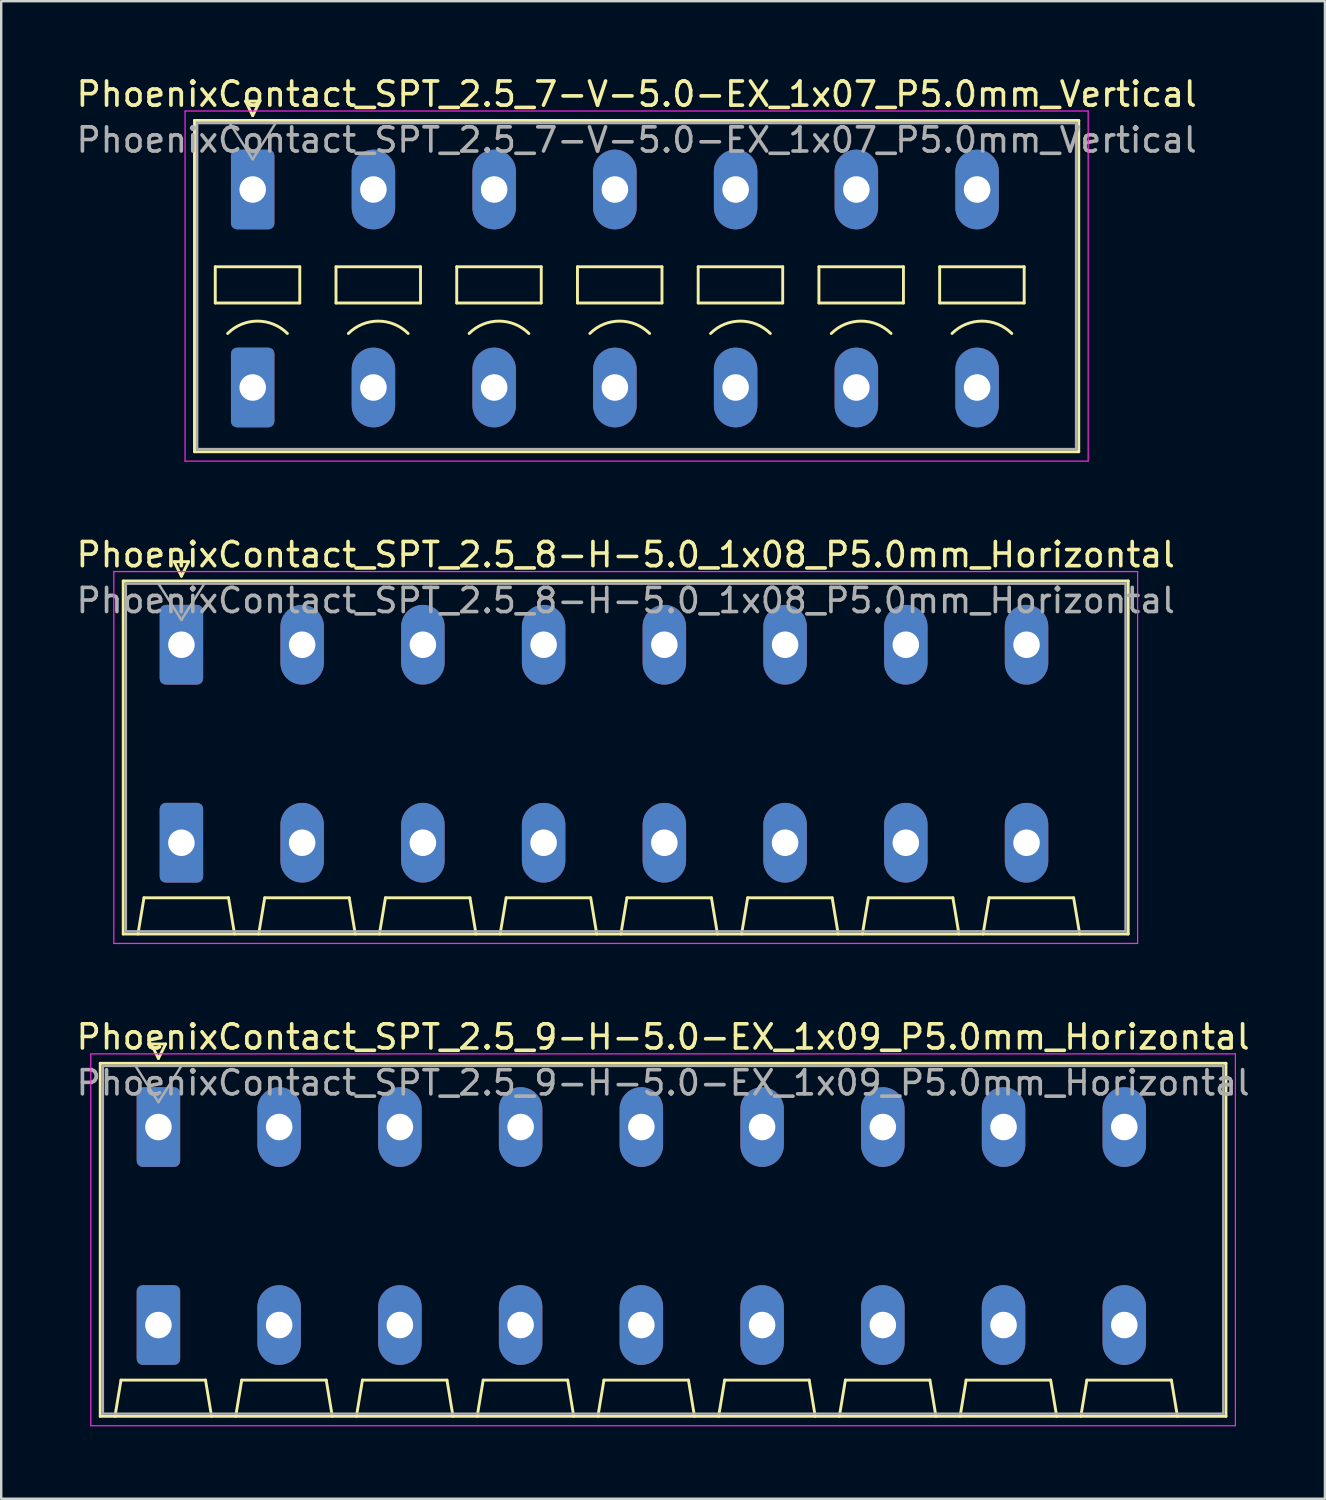
<source format=kicad_pcb>
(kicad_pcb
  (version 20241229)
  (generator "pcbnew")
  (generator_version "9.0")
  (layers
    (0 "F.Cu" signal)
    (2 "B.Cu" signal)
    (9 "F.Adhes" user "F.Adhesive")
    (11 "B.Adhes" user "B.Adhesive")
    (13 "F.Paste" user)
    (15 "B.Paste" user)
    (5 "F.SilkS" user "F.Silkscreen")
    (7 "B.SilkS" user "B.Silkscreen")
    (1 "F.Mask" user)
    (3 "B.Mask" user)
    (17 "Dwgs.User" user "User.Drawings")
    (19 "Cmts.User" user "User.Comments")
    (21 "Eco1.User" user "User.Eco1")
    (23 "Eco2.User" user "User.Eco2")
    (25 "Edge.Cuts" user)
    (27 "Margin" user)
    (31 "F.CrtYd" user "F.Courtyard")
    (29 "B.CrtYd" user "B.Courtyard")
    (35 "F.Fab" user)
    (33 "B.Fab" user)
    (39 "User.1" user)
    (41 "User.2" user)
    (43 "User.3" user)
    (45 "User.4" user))
  (footprint "PhoenixContact_SPT_2.5_7-V-5.0-EX_1x07_P5.0mm_Vertical"
    (layer "F.Cu")
    (at 7.415 4.798)
    (property "Reference" "PhoenixContact_SPT_2.5_7-V-5.0-EX_1x07_P5.0mm_Vertical" (at 15.9 -3.95 0) (layer "F.SilkS") (effects (font (size 1 1) (thickness 0.15))))
    (attr through_hole)
    (fp_line (start -2.41 -2.86) (end 34.21 -2.86) (stroke (width 0.12) (type solid)) (layer "F.SilkS"))
    (fp_line (start -2.41 10.86) (end -2.41 -2.86) (stroke (width 0.12) (type solid)) (layer "F.SilkS"))
    (fp_line (start -1.55 3.2) (end -1.55 4.7) (stroke (width 0.12) (type solid)) (layer "F.SilkS"))
    (fp_line (start -1.55 4.7) (end 1.95 4.7) (stroke (width 0.12) (type solid)) (layer "F.SilkS"))
    (fp_line (start -0.3 -3.66) (end 0 -3.06) (stroke (width 0.12) (type solid)) (layer "F.SilkS"))
    (fp_line (start -0.3 -3.66) (end 0.3 -3.66) (stroke (width 0.12) (type solid)) (layer "F.SilkS"))
    (fp_line (start 0.3 -3.66) (end 0 -3.06) (stroke (width 0.12) (type solid)) (layer "F.SilkS"))
    (fp_line (start 1.95 3.2) (end -1.55 3.2) (stroke (width 0.12) (type solid)) (layer "F.SilkS"))
    (fp_line (start 1.95 4.7) (end 1.95 3.2) (stroke (width 0.12) (type solid)) (layer "F.SilkS"))
    (fp_line (start 3.45 3.2) (end 3.45 4.7) (stroke (width 0.12) (type solid)) (layer "F.SilkS"))
    (fp_line (start 3.45 4.7) (end 6.95 4.7) (stroke (width 0.12) (type solid)) (layer "F.SilkS"))
    (fp_line (start 6.95 3.2) (end 3.45 3.2) (stroke (width 0.12) (type solid)) (layer "F.SilkS"))
    (fp_line (start 6.95 4.7) (end 6.95 3.2) (stroke (width 0.12) (type solid)) (layer "F.SilkS"))
    (fp_line (start 8.45 3.2) (end 8.45 4.7) (stroke (width 0.12) (type solid)) (layer "F.SilkS"))
    (fp_line (start 8.45 4.7) (end 11.95 4.7) (stroke (width 0.12) (type solid)) (layer "F.SilkS"))
    (fp_line (start 11.95 3.2) (end 8.45 3.2) (stroke (width 0.12) (type solid)) (layer "F.SilkS"))
    (fp_line (start 11.95 4.7) (end 11.95 3.2) (stroke (width 0.12) (type solid)) (layer "F.SilkS"))
    (fp_line (start 13.45 3.2) (end 13.45 4.7) (stroke (width 0.12) (type solid)) (layer "F.SilkS"))
    (fp_line (start 13.45 4.7) (end 16.95 4.7) (stroke (width 0.12) (type solid)) (layer "F.SilkS"))
    (fp_line (start 16.95 3.2) (end 13.45 3.2) (stroke (width 0.12) (type solid)) (layer "F.SilkS"))
    (fp_line (start 16.95 4.7) (end 16.95 3.2) (stroke (width 0.12) (type solid)) (layer "F.SilkS"))
    (fp_line (start 18.45 3.2) (end 18.45 4.7) (stroke (width 0.12) (type solid)) (layer "F.SilkS"))
    (fp_line (start 18.45 4.7) (end 21.95 4.7) (stroke (width 0.12) (type solid)) (layer "F.SilkS"))
    (fp_line (start 21.95 3.2) (end 18.45 3.2) (stroke (width 0.12) (type solid)) (layer "F.SilkS"))
    (fp_line (start 21.95 4.7) (end 21.95 3.2) (stroke (width 0.12) (type solid)) (layer "F.SilkS"))
    (fp_line (start 23.45 3.2) (end 23.45 4.7) (stroke (width 0.12) (type solid)) (layer "F.SilkS"))
    (fp_line (start 23.45 4.7) (end 26.95 4.7) (stroke (width 0.12) (type solid)) (layer "F.SilkS"))
    (fp_line (start 26.95 3.2) (end 23.45 3.2) (stroke (width 0.12) (type solid)) (layer "F.SilkS"))
    (fp_line (start 26.95 4.7) (end 26.95 3.2) (stroke (width 0.12) (type solid)) (layer "F.SilkS"))
    (fp_line (start 28.45 3.2) (end 28.45 4.7) (stroke (width 0.12) (type solid)) (layer "F.SilkS"))
    (fp_line (start 28.45 4.7) (end 31.95 4.7) (stroke (width 0.12) (type solid)) (layer "F.SilkS"))
    (fp_line (start 31.95 3.2) (end 28.45 3.2) (stroke (width 0.12) (type solid)) (layer "F.SilkS"))
    (fp_line (start 31.95 4.7) (end 31.95 3.2) (stroke (width 0.12) (type solid)) (layer "F.SilkS"))
    (fp_line (start 34.21 -2.86) (end 34.21 10.86) (stroke (width 0.12) (type solid)) (layer "F.SilkS"))
    (fp_line (start 34.21 10.86) (end -2.41 10.86) (stroke (width 0.12) (type solid)) (layer "F.SilkS"))
    (fp_arc (start -1.037437 5.962563) (mid 0.2 5.45) (end 1.437437 5.962563) (stroke (width 0.12) (type solid)) (layer "F.SilkS"))
    (fp_arc (start 3.962563 5.962563) (mid 5.2 5.45) (end 6.437437 5.962563) (stroke (width 0.12) (type solid)) (layer "F.SilkS"))
    (fp_arc (start 8.962563 5.962563) (mid 10.2 5.45) (end 11.437437 5.962563) (stroke (width 0.12) (type solid)) (layer "F.SilkS"))
    (fp_arc (start 13.962563 5.962563) (mid 15.2 5.45) (end 16.437437 5.962563) (stroke (width 0.12) (type solid)) (layer "F.SilkS"))
    (fp_arc (start 18.962563 5.962563) (mid 20.2 5.45) (end 21.437437 5.962563) (stroke (width 0.12) (type solid)) (layer "F.SilkS"))
    (fp_arc (start 23.962563 5.962563) (mid 25.2 5.45) (end 26.437437 5.962563) (stroke (width 0.12) (type solid)) (layer "F.SilkS"))
    (fp_arc (start 28.962563 5.962563) (mid 30.2 5.45) (end 31.437437 5.962563) (stroke (width 0.12) (type solid)) (layer "F.SilkS"))
    (fp_line (start -2.8 -3.25) (end -2.8 11.25) (stroke (width 0.05) (type solid)) (layer "F.CrtYd"))
    (fp_line (start -2.8 11.25) (end 34.6 11.25) (stroke (width 0.05) (type solid)) (layer "F.CrtYd"))
    (fp_line (start 34.6 -3.25) (end -2.8 -3.25) (stroke (width 0.05) (type solid)) (layer "F.CrtYd"))
    (fp_line (start 34.6 11.25) (end 34.6 -3.25) (stroke (width 0.05) (type solid)) (layer "F.CrtYd"))
    (fp_line (start -2.3 -2.75) (end -2.3 10.75) (stroke (width 0.1) (type solid)) (layer "F.Fab"))
    (fp_line (start -2.3 10.75) (end 34.1 10.75) (stroke (width 0.1) (type solid)) (layer "F.Fab"))
    (fp_line (start -0.95 -2.75) (end 0 -1.25) (stroke (width 0.1) (type solid)) (layer "F.Fab"))
    (fp_line (start 0.95 -2.75) (end 0 -1.25) (stroke (width 0.1) (type solid)) (layer "F.Fab"))
    (fp_line (start 34.1 -2.75) (end -2.3 -2.75) (stroke (width 0.1) (type solid)) (layer "F.Fab"))
    (fp_line (start 34.1 10.75) (end 34.1 -2.75) (stroke (width 0.1) (type solid)) (layer "F.Fab"))
    (fp_text user "${REFERENCE}" (at 15.9 -2.05 0) (layer "F.Fab") (effects (font (size 1 1) (thickness 0.15))))
    (pad "1" thru_hole roundrect (at 0 0) (size 1.8 3.3) (drill 1.1) (layers "*.Cu" "*.Mask") (roundrect_rratio 0.139))
    (pad "1" thru_hole roundrect (at 0 8.2) (size 1.8 3.3) (drill 1.1) (layers "*.Cu" "*.Mask") (roundrect_rratio 0.139))
    (pad "2" thru_hole oval (at 5 0) (size 1.8 3.3) (drill 1.1) (layers "*.Cu" "*.Mask"))
    (pad "2" thru_hole oval (at 5 8.2) (size 1.8 3.3) (drill 1.1) (layers "*.Cu" "*.Mask"))
    (pad "3" thru_hole oval (at 10 0) (size 1.8 3.3) (drill 1.1) (layers "*.Cu" "*.Mask"))
    (pad "3" thru_hole oval (at 10 8.2) (size 1.8 3.3) (drill 1.1) (layers "*.Cu" "*.Mask"))
    (pad "4" thru_hole oval (at 15 0) (size 1.8 3.3) (drill 1.1) (layers "*.Cu" "*.Mask"))
    (pad "4" thru_hole oval (at 15 8.2) (size 1.8 3.3) (drill 1.1) (layers "*.Cu" "*.Mask"))
    (pad "5" thru_hole oval (at 20 0) (size 1.8 3.3) (drill 1.1) (layers "*.Cu" "*.Mask"))
    (pad "5" thru_hole oval (at 20 8.2) (size 1.8 3.3) (drill 1.1) (layers "*.Cu" "*.Mask"))
    (pad "6" thru_hole oval (at 25 0) (size 1.8 3.3) (drill 1.1) (layers "*.Cu" "*.Mask"))
    (pad "6" thru_hole oval (at 25 8.2) (size 1.8 3.3) (drill 1.1) (layers "*.Cu" "*.Mask"))
    (pad "7" thru_hole oval (at 30 0) (size 1.8 3.3) (drill 1.1) (layers "*.Cu" "*.Mask"))
    (pad "7" thru_hole oval (at 30 8.2) (size 1.8 3.3) (drill 1.1) (layers "*.Cu" "*.Mask")))
  (footprint "PhoenixContact_SPT_2.5_8-H-5.0_1x08_P5.0mm_Horizontal"
    (layer "F.Cu")
    (at 4.463 23.651)
    (property "Reference" "PhoenixContact_SPT_2.5_8-H-5.0_1x08_P5.0mm_Horizontal" (at 18.4 -3.73 0) (layer "F.SilkS") (effects (font (size 1 1) (thickness 0.15))))
    (attr through_hole)
    (fp_line (start -2.41 -2.64) (end 39.21 -2.64) (stroke (width 0.12) (type solid)) (layer "F.SilkS"))
    (fp_line (start -2.41 11.98) (end -2.41 -2.64) (stroke (width 0.12) (type solid)) (layer "F.SilkS"))
    (fp_line (start -1.8 11.98) (end -1.55 10.48) (stroke (width 0.12) (type solid)) (layer "F.SilkS"))
    (fp_line (start -1.55 10.48) (end 1.95 10.48) (stroke (width 0.12) (type solid)) (layer "F.SilkS"))
    (fp_line (start -0.3 -3.44) (end 0 -2.84) (stroke (width 0.12) (type solid)) (layer "F.SilkS"))
    (fp_line (start -0.3 -3.44) (end 0.3 -3.44) (stroke (width 0.12) (type solid)) (layer "F.SilkS"))
    (fp_line (start 0.3 -3.44) (end 0 -2.84) (stroke (width 0.12) (type solid)) (layer "F.SilkS"))
    (fp_line (start 2.2 11.98) (end 1.95 10.48) (stroke (width 0.12) (type solid)) (layer "F.SilkS"))
    (fp_line (start 3.2 11.98) (end 3.45 10.48) (stroke (width 0.12) (type solid)) (layer "F.SilkS"))
    (fp_line (start 3.45 10.48) (end 6.95 10.48) (stroke (width 0.12) (type solid)) (layer "F.SilkS"))
    (fp_line (start 7.2 11.98) (end 6.95 10.48) (stroke (width 0.12) (type solid)) (layer "F.SilkS"))
    (fp_line (start 8.2 11.98) (end 8.45 10.48) (stroke (width 0.12) (type solid)) (layer "F.SilkS"))
    (fp_line (start 8.45 10.48) (end 11.95 10.48) (stroke (width 0.12) (type solid)) (layer "F.SilkS"))
    (fp_line (start 12.2 11.98) (end 11.95 10.48) (stroke (width 0.12) (type solid)) (layer "F.SilkS"))
    (fp_line (start 13.2 11.98) (end 13.45 10.48) (stroke (width 0.12) (type solid)) (layer "F.SilkS"))
    (fp_line (start 13.45 10.48) (end 16.95 10.48) (stroke (width 0.12) (type solid)) (layer "F.SilkS"))
    (fp_line (start 17.2 11.98) (end 16.95 10.48) (stroke (width 0.12) (type solid)) (layer "F.SilkS"))
    (fp_line (start 18.2 11.98) (end 18.45 10.48) (stroke (width 0.12) (type solid)) (layer "F.SilkS"))
    (fp_line (start 18.45 10.48) (end 21.95 10.48) (stroke (width 0.12) (type solid)) (layer "F.SilkS"))
    (fp_line (start 22.2 11.98) (end 21.95 10.48) (stroke (width 0.12) (type solid)) (layer "F.SilkS"))
    (fp_line (start 23.2 11.98) (end 23.45 10.48) (stroke (width 0.12) (type solid)) (layer "F.SilkS"))
    (fp_line (start 23.45 10.48) (end 26.95 10.48) (stroke (width 0.12) (type solid)) (layer "F.SilkS"))
    (fp_line (start 27.2 11.98) (end 26.95 10.48) (stroke (width 0.12) (type solid)) (layer "F.SilkS"))
    (fp_line (start 28.2 11.98) (end 28.45 10.48) (stroke (width 0.12) (type solid)) (layer "F.SilkS"))
    (fp_line (start 28.45 10.48) (end 31.95 10.48) (stroke (width 0.12) (type solid)) (layer "F.SilkS"))
    (fp_line (start 32.2 11.98) (end 31.95 10.48) (stroke (width 0.12) (type solid)) (layer "F.SilkS"))
    (fp_line (start 33.2 11.98) (end 33.45 10.48) (stroke (width 0.12) (type solid)) (layer "F.SilkS"))
    (fp_line (start 33.45 10.48) (end 36.95 10.48) (stroke (width 0.12) (type solid)) (layer "F.SilkS"))
    (fp_line (start 37.2 11.98) (end 36.95 10.48) (stroke (width 0.12) (type solid)) (layer "F.SilkS"))
    (fp_line (start 39.21 -2.64) (end 39.21 11.98) (stroke (width 0.12) (type solid)) (layer "F.SilkS"))
    (fp_line (start 39.21 11.98) (end -2.41 11.98) (stroke (width 0.12) (type solid)) (layer "F.SilkS"))
    (fp_line (start -2.8 -3.03) (end -2.8 12.37) (stroke (width 0.05) (type solid)) (layer "F.CrtYd"))
    (fp_line (start -2.8 12.37) (end 39.6 12.37) (stroke (width 0.05) (type solid)) (layer "F.CrtYd"))
    (fp_line (start 39.6 -3.03) (end -2.8 -3.03) (stroke (width 0.05) (type solid)) (layer "F.CrtYd"))
    (fp_line (start 39.6 12.37) (end 39.6 -3.03) (stroke (width 0.05) (type solid)) (layer "F.CrtYd"))
    (fp_line (start -2.3 -2.53) (end -2.3 11.87) (stroke (width 0.1) (type solid)) (layer "F.Fab"))
    (fp_line (start -2.3 11.87) (end 39.1 11.87) (stroke (width 0.1) (type solid)) (layer "F.Fab"))
    (fp_line (start -0.95 -2.53) (end 0 -1.03) (stroke (width 0.1) (type solid)) (layer "F.Fab"))
    (fp_line (start 0.95 -2.53) (end 0 -1.03) (stroke (width 0.1) (type solid)) (layer "F.Fab"))
    (fp_line (start 39.1 -2.53) (end -2.3 -2.53) (stroke (width 0.1) (type solid)) (layer "F.Fab"))
    (fp_line (start 39.1 11.87) (end 39.1 -2.53) (stroke (width 0.1) (type solid)) (layer "F.Fab"))
    (fp_text user "${REFERENCE}" (at 18.4 -1.83 0) (layer "F.Fab") (effects (font (size 1 1) (thickness 0.15))))
    (pad "1" thru_hole roundrect (at 0 0) (size 1.8 3.3) (drill 1.1) (layers "*.Cu" "*.Mask") (roundrect_rratio 0.139))
    (pad "1" thru_hole roundrect (at 0 8.2) (size 1.8 3.3) (drill 1.1) (layers "*.Cu" "*.Mask") (roundrect_rratio 0.139))
    (pad "2" thru_hole oval (at 5 0) (size 1.8 3.3) (drill 1.1) (layers "*.Cu" "*.Mask"))
    (pad "2" thru_hole oval (at 5 8.2) (size 1.8 3.3) (drill 1.1) (layers "*.Cu" "*.Mask"))
    (pad "3" thru_hole oval (at 10 0) (size 1.8 3.3) (drill 1.1) (layers "*.Cu" "*.Mask"))
    (pad "3" thru_hole oval (at 10 8.2) (size 1.8 3.3) (drill 1.1) (layers "*.Cu" "*.Mask"))
    (pad "4" thru_hole oval (at 15 0) (size 1.8 3.3) (drill 1.1) (layers "*.Cu" "*.Mask"))
    (pad "4" thru_hole oval (at 15 8.2) (size 1.8 3.3) (drill 1.1) (layers "*.Cu" "*.Mask"))
    (pad "5" thru_hole oval (at 20 0) (size 1.8 3.3) (drill 1.1) (layers "*.Cu" "*.Mask"))
    (pad "5" thru_hole oval (at 20 8.2) (size 1.8 3.3) (drill 1.1) (layers "*.Cu" "*.Mask"))
    (pad "6" thru_hole oval (at 25 0) (size 1.8 3.3) (drill 1.1) (layers "*.Cu" "*.Mask"))
    (pad "6" thru_hole oval (at 25 8.2) (size 1.8 3.3) (drill 1.1) (layers "*.Cu" "*.Mask"))
    (pad "7" thru_hole oval (at 30 0) (size 1.8 3.3) (drill 1.1) (layers "*.Cu" "*.Mask"))
    (pad "7" thru_hole oval (at 30 8.2) (size 1.8 3.3) (drill 1.1) (layers "*.Cu" "*.Mask"))
    (pad "8" thru_hole oval (at 35 0) (size 1.8 3.3) (drill 1.1) (layers "*.Cu" "*.Mask"))
    (pad "8" thru_hole oval (at 35 8.2) (size 1.8 3.3) (drill 1.1) (layers "*.Cu" "*.Mask")))
  (footprint "PhoenixContact_SPT_2.5_9-H-5.0-EX_1x09_P5.0mm_Horizontal"
    (layer "F.Cu")
    (at 3.511 43.625)
    (property "Reference" "PhoenixContact_SPT_2.5_9-H-5.0-EX_1x09_P5.0mm_Horizontal" (at 20.9 -3.73 0) (layer "F.SilkS") (effects (font (size 1 1) (thickness 0.15))))
    (attr through_hole)
    (fp_line (start -2.41 -2.64) (end 44.21 -2.64) (stroke (width 0.12) (type solid)) (layer "F.SilkS"))
    (fp_line (start -2.41 11.98) (end -2.41 -2.64) (stroke (width 0.12) (type solid)) (layer "F.SilkS"))
    (fp_line (start -1.8 11.98) (end -1.55 10.48) (stroke (width 0.12) (type solid)) (layer "F.SilkS"))
    (fp_line (start -1.55 10.48) (end 1.95 10.48) (stroke (width 0.12) (type solid)) (layer "F.SilkS"))
    (fp_line (start -0.3 -3.44) (end 0 -2.84) (stroke (width 0.12) (type solid)) (layer "F.SilkS"))
    (fp_line (start -0.3 -3.44) (end 0.3 -3.44) (stroke (width 0.12) (type solid)) (layer "F.SilkS"))
    (fp_line (start 0.3 -3.44) (end 0 -2.84) (stroke (width 0.12) (type solid)) (layer "F.SilkS"))
    (fp_line (start 2.2 11.98) (end 1.95 10.48) (stroke (width 0.12) (type solid)) (layer "F.SilkS"))
    (fp_line (start 3.2 11.98) (end 3.45 10.48) (stroke (width 0.12) (type solid)) (layer "F.SilkS"))
    (fp_line (start 3.45 10.48) (end 6.95 10.48) (stroke (width 0.12) (type solid)) (layer "F.SilkS"))
    (fp_line (start 7.2 11.98) (end 6.95 10.48) (stroke (width 0.12) (type solid)) (layer "F.SilkS"))
    (fp_line (start 8.2 11.98) (end 8.45 10.48) (stroke (width 0.12) (type solid)) (layer "F.SilkS"))
    (fp_line (start 8.45 10.48) (end 11.95 10.48) (stroke (width 0.12) (type solid)) (layer "F.SilkS"))
    (fp_line (start 12.2 11.98) (end 11.95 10.48) (stroke (width 0.12) (type solid)) (layer "F.SilkS"))
    (fp_line (start 13.2 11.98) (end 13.45 10.48) (stroke (width 0.12) (type solid)) (layer "F.SilkS"))
    (fp_line (start 13.45 10.48) (end 16.95 10.48) (stroke (width 0.12) (type solid)) (layer "F.SilkS"))
    (fp_line (start 17.2 11.98) (end 16.95 10.48) (stroke (width 0.12) (type solid)) (layer "F.SilkS"))
    (fp_line (start 18.2 11.98) (end 18.45 10.48) (stroke (width 0.12) (type solid)) (layer "F.SilkS"))
    (fp_line (start 18.45 10.48) (end 21.95 10.48) (stroke (width 0.12) (type solid)) (layer "F.SilkS"))
    (fp_line (start 22.2 11.98) (end 21.95 10.48) (stroke (width 0.12) (type solid)) (layer "F.SilkS"))
    (fp_line (start 23.2 11.98) (end 23.45 10.48) (stroke (width 0.12) (type solid)) (layer "F.SilkS"))
    (fp_line (start 23.45 10.48) (end 26.95 10.48) (stroke (width 0.12) (type solid)) (layer "F.SilkS"))
    (fp_line (start 27.2 11.98) (end 26.95 10.48) (stroke (width 0.12) (type solid)) (layer "F.SilkS"))
    (fp_line (start 28.2 11.98) (end 28.45 10.48) (stroke (width 0.12) (type solid)) (layer "F.SilkS"))
    (fp_line (start 28.45 10.48) (end 31.95 10.48) (stroke (width 0.12) (type solid)) (layer "F.SilkS"))
    (fp_line (start 32.2 11.98) (end 31.95 10.48) (stroke (width 0.12) (type solid)) (layer "F.SilkS"))
    (fp_line (start 33.2 11.98) (end 33.45 10.48) (stroke (width 0.12) (type solid)) (layer "F.SilkS"))
    (fp_line (start 33.45 10.48) (end 36.95 10.48) (stroke (width 0.12) (type solid)) (layer "F.SilkS"))
    (fp_line (start 37.2 11.98) (end 36.95 10.48) (stroke (width 0.12) (type solid)) (layer "F.SilkS"))
    (fp_line (start 38.2 11.98) (end 38.45 10.48) (stroke (width 0.12) (type solid)) (layer "F.SilkS"))
    (fp_line (start 38.45 10.48) (end 41.95 10.48) (stroke (width 0.12) (type solid)) (layer "F.SilkS"))
    (fp_line (start 42.2 11.98) (end 41.95 10.48) (stroke (width 0.12) (type solid)) (layer "F.SilkS"))
    (fp_line (start 44.21 -2.64) (end 44.21 11.98) (stroke (width 0.12) (type solid)) (layer "F.SilkS"))
    (fp_line (start 44.21 11.98) (end -2.41 11.98) (stroke (width 0.12) (type solid)) (layer "F.SilkS"))
    (fp_line (start -2.8 -3.03) (end -2.8 12.37) (stroke (width 0.05) (type solid)) (layer "F.CrtYd"))
    (fp_line (start -2.8 12.37) (end 44.6 12.37) (stroke (width 0.05) (type solid)) (layer "F.CrtYd"))
    (fp_line (start 44.6 -3.03) (end -2.8 -3.03) (stroke (width 0.05) (type solid)) (layer "F.CrtYd"))
    (fp_line (start 44.6 12.37) (end 44.6 -3.03) (stroke (width 0.05) (type solid)) (layer "F.CrtYd"))
    (fp_line (start -2.3 -2.53) (end -2.3 11.87) (stroke (width 0.1) (type solid)) (layer "F.Fab"))
    (fp_line (start -2.3 11.87) (end 44.1 11.87) (stroke (width 0.1) (type solid)) (layer "F.Fab"))
    (fp_line (start -0.95 -2.53) (end 0 -1.03) (stroke (width 0.1) (type solid)) (layer "F.Fab"))
    (fp_line (start 0.95 -2.53) (end 0 -1.03) (stroke (width 0.1) (type solid)) (layer "F.Fab"))
    (fp_line (start 44.1 -2.53) (end -2.3 -2.53) (stroke (width 0.1) (type solid)) (layer "F.Fab"))
    (fp_line (start 44.1 11.87) (end 44.1 -2.53) (stroke (width 0.1) (type solid)) (layer "F.Fab"))
    (fp_text user "${REFERENCE}" (at 20.9 -1.83 0) (layer "F.Fab") (effects (font (size 1 1) (thickness 0.15))))
    (pad "1" thru_hole roundrect (at 0 0) (size 1.8 3.3) (drill 1.1) (layers "*.Cu" "*.Mask") (roundrect_rratio 0.139))
    (pad "1" thru_hole roundrect (at 0 8.2) (size 1.8 3.3) (drill 1.1) (layers "*.Cu" "*.Mask") (roundrect_rratio 0.139))
    (pad "2" thru_hole oval (at 5 0) (size 1.8 3.3) (drill 1.1) (layers "*.Cu" "*.Mask"))
    (pad "2" thru_hole oval (at 5 8.2) (size 1.8 3.3) (drill 1.1) (layers "*.Cu" "*.Mask"))
    (pad "3" thru_hole oval (at 10 0) (size 1.8 3.3) (drill 1.1) (layers "*.Cu" "*.Mask"))
    (pad "3" thru_hole oval (at 10 8.2) (size 1.8 3.3) (drill 1.1) (layers "*.Cu" "*.Mask"))
    (pad "4" thru_hole oval (at 15 0) (size 1.8 3.3) (drill 1.1) (layers "*.Cu" "*.Mask"))
    (pad "4" thru_hole oval (at 15 8.2) (size 1.8 3.3) (drill 1.1) (layers "*.Cu" "*.Mask"))
    (pad "5" thru_hole oval (at 20 0) (size 1.8 3.3) (drill 1.1) (layers "*.Cu" "*.Mask"))
    (pad "5" thru_hole oval (at 20 8.2) (size 1.8 3.3) (drill 1.1) (layers "*.Cu" "*.Mask"))
    (pad "6" thru_hole oval (at 25 0) (size 1.8 3.3) (drill 1.1) (layers "*.Cu" "*.Mask"))
    (pad "6" thru_hole oval (at 25 8.2) (size 1.8 3.3) (drill 1.1) (layers "*.Cu" "*.Mask"))
    (pad "7" thru_hole oval (at 30 0) (size 1.8 3.3) (drill 1.1) (layers "*.Cu" "*.Mask"))
    (pad "7" thru_hole oval (at 30 8.2) (size 1.8 3.3) (drill 1.1) (layers "*.Cu" "*.Mask"))
    (pad "8" thru_hole oval (at 35 0) (size 1.8 3.3) (drill 1.1) (layers "*.Cu" "*.Mask"))
    (pad "8" thru_hole oval (at 35 8.2) (size 1.8 3.3) (drill 1.1) (layers "*.Cu" "*.Mask"))
    (pad "9" thru_hole oval (at 40 0) (size 1.8 3.3) (drill 1.1) (layers "*.Cu" "*.Mask"))
    (pad "9" thru_hole oval (at 40 8.2) (size 1.8 3.3) (drill 1.1) (layers "*.Cu" "*.Mask")))
  (gr_rect
    (start -3 -3)
    (end 51.821 59.02)
    (stroke (width 0.1) (type default))
    (fill no)
    (layer "Edge.Cuts")))
</source>
